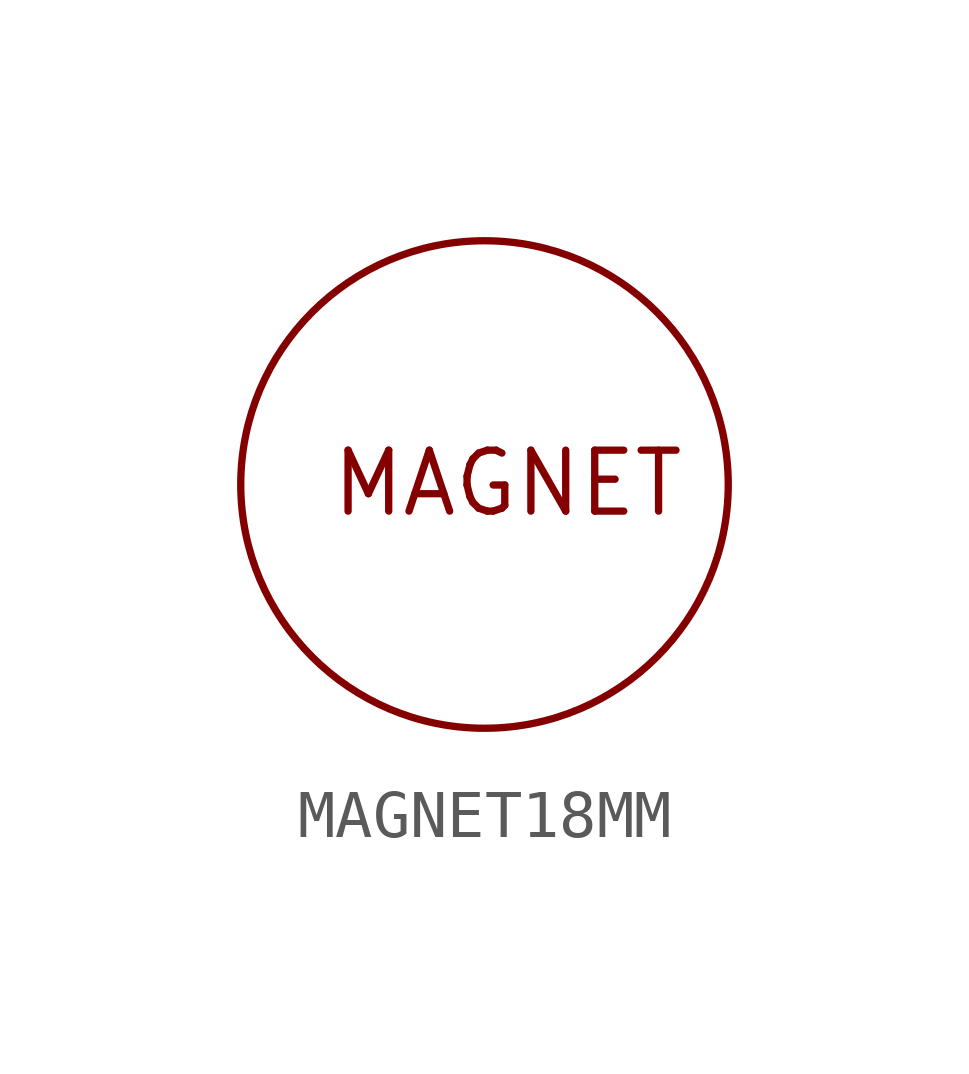
<source format=kicad_sym>
(kicad_symbol_lib
  (version 20220914)
  (generator kicad_symbol_editor)
  (symbol "MAGNET18MM"
    (pin_numbers hide)
    (pin_names
      (offset 1.016) hide)
    (property "Reference" "M"
      (at 0 0 0)
      (effects (font (size 1.27 1.27)) hide))
    (property "ki_locked" ""
      (at 0 0 0)
      (effects (font (size 1.27 1.27))))
    (symbol "MAGNET18MM_1_0"
      (text "MAGNET" (at 0.483 0.025 0) (effects (font (size 1.27 1.27)))))
    (symbol "MAGNET18MM_1_1"
      (circle (center 0 0) (radius 5.08) (stroke (width 0) (type solid)) (fill (type none))))))
</source>
